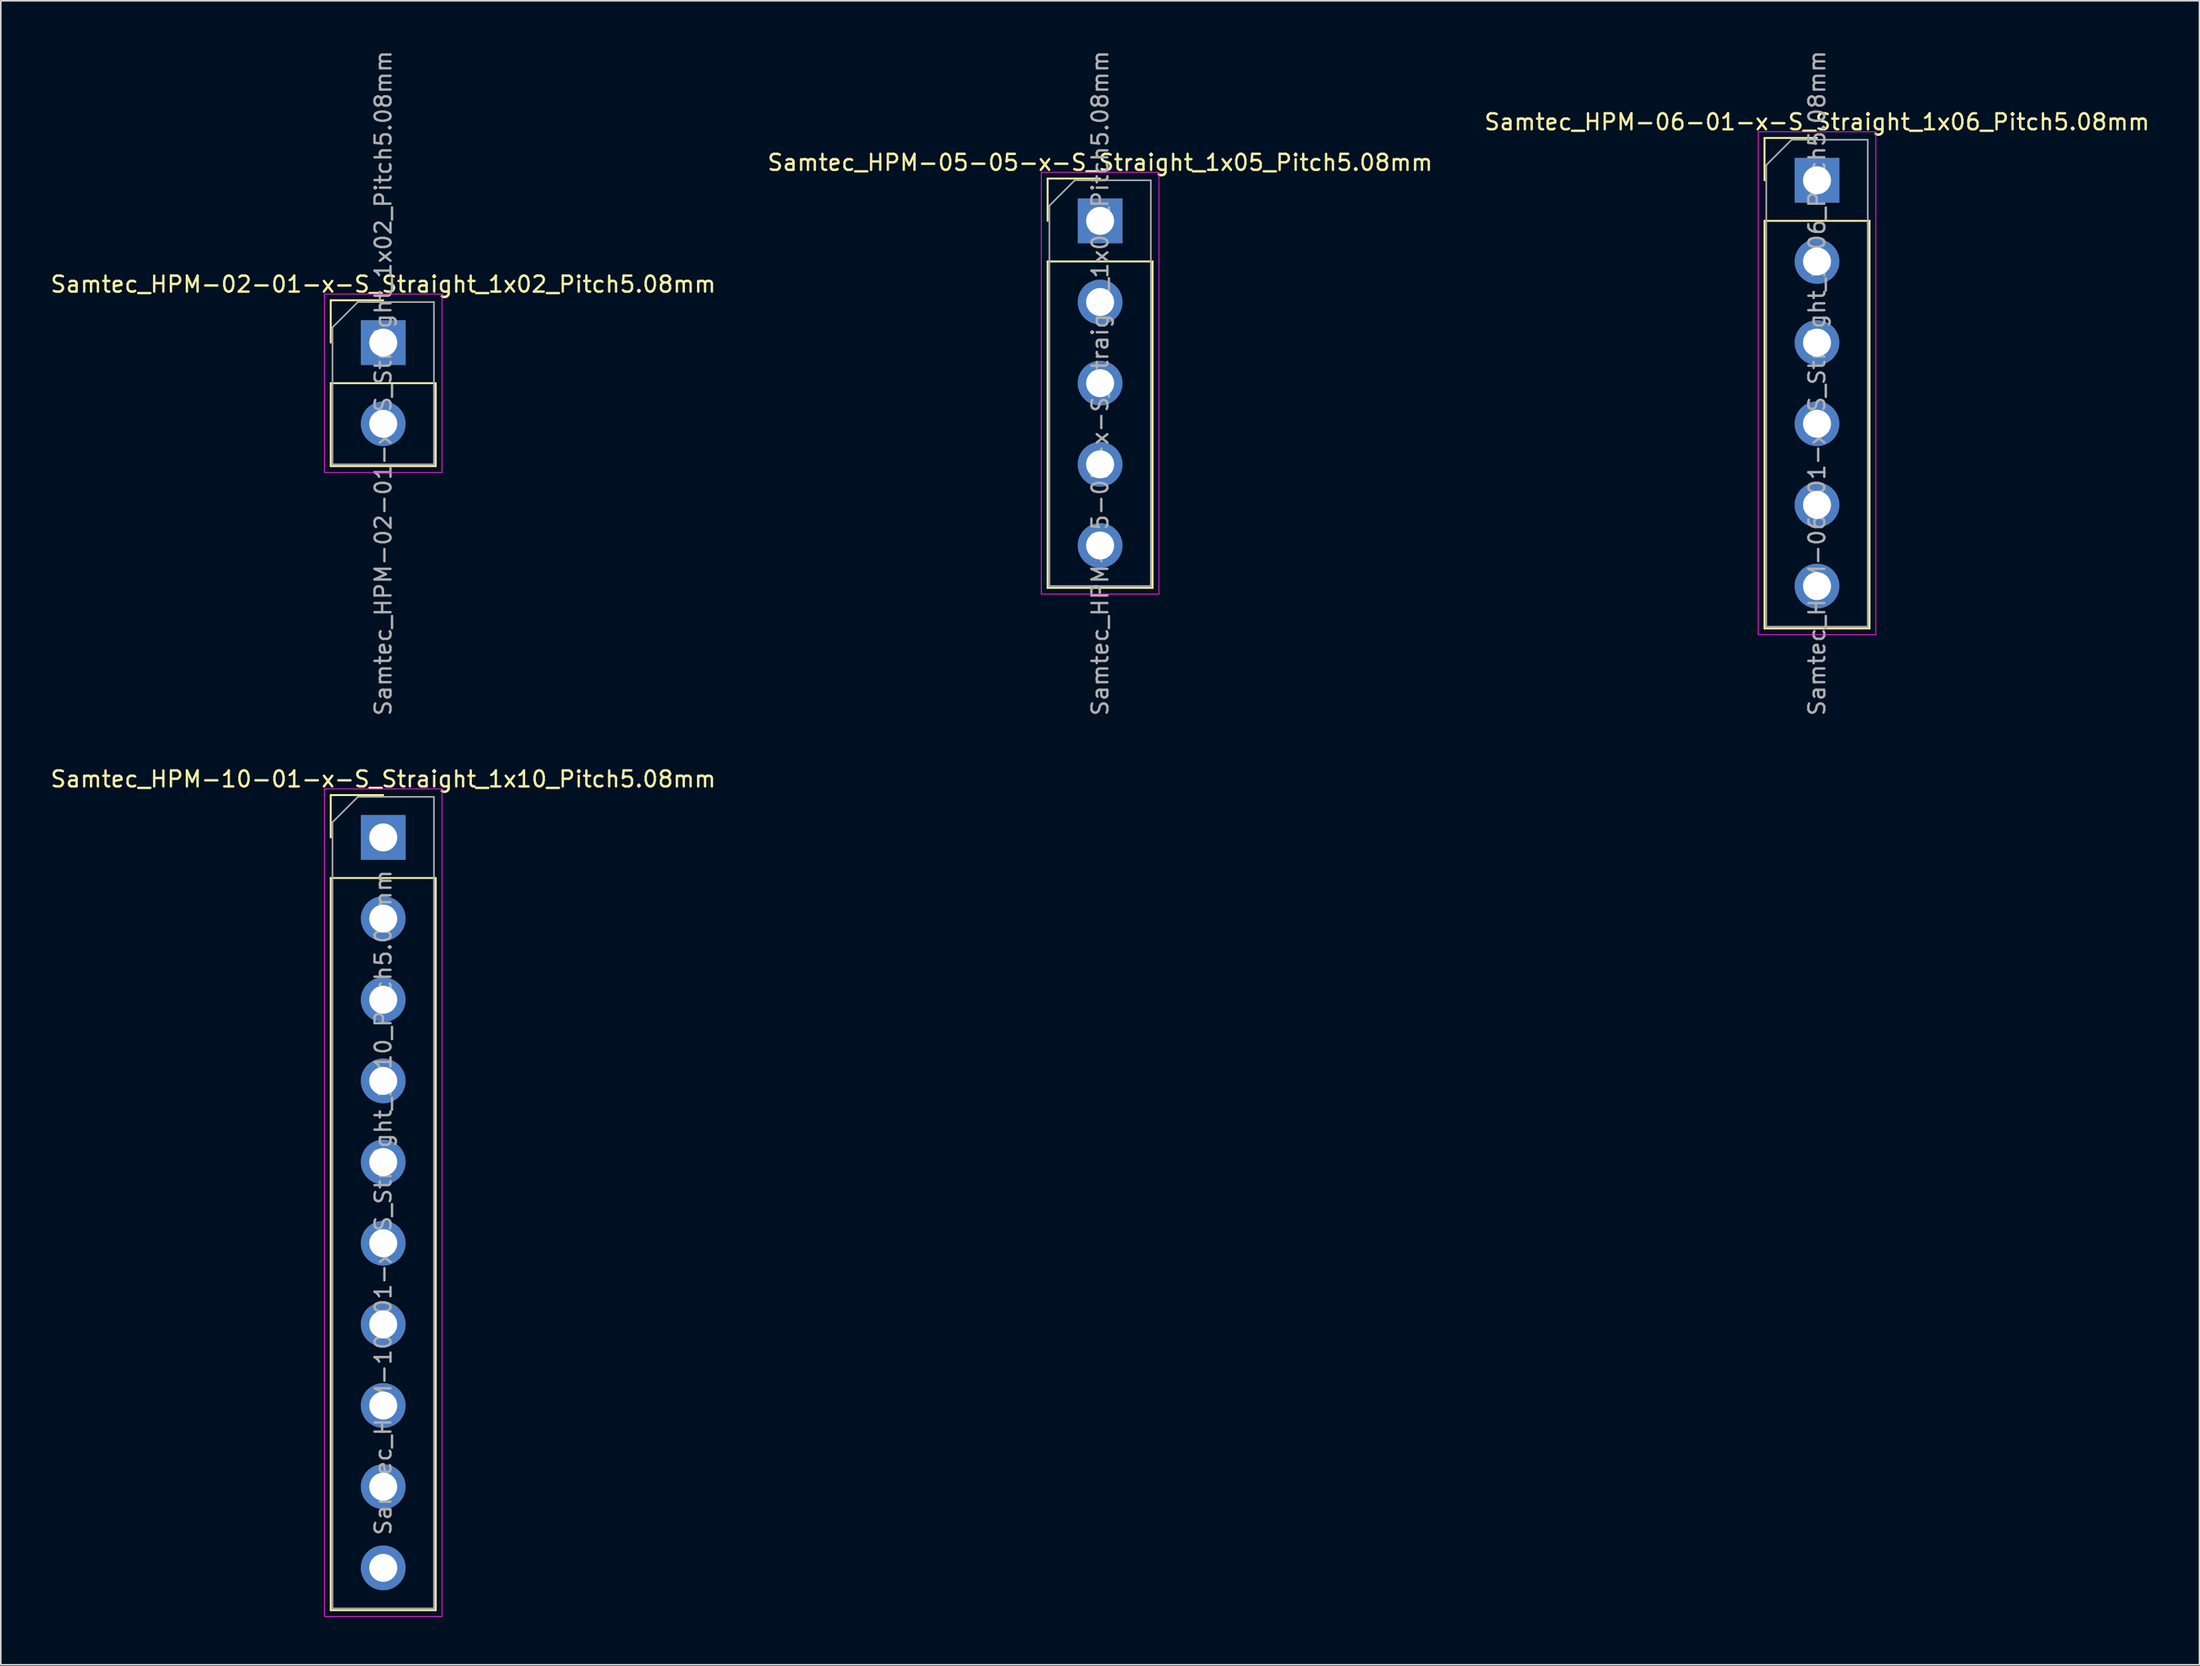
<source format=kicad_pcb>
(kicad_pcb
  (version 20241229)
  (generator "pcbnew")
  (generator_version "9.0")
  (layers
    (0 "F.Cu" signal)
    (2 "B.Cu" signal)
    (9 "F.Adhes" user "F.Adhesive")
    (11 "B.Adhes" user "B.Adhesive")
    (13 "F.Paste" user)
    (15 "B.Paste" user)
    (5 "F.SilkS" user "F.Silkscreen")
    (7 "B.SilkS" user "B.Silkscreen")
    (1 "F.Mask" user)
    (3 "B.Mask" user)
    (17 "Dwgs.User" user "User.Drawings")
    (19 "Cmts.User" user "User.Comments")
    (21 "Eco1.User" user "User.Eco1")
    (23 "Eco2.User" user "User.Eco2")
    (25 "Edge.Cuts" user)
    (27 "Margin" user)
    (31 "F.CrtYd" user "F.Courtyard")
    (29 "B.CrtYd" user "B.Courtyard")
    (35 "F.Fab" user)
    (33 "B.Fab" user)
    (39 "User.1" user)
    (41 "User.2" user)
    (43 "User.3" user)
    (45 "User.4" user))
  (footprint "Samtec_HPM-06-01-x-S_Straight_1x06_Pitch5.08mm"
    (layer "F.Cu")
    (at 110.673 8.235)
    (property "Reference" "Samtec_HPM-06-01-x-S_Straight_1x06_Pitch5.08mm" (at 0 -3.65 0) (layer "F.SilkS") (effects (font (size 1 1) (thickness 0.15))))
    (attr through_hole)
    (fp_line (start -3.285 -2.65) (end 0 -2.65) (stroke (width 0.12) (type solid)) (layer "F.SilkS"))
    (fp_line (start -3.285 0) (end -3.285 -2.65) (stroke (width 0.12) (type solid)) (layer "F.SilkS"))
    (fp_line (start -3.285 2.54) (end -3.285 28.05) (stroke (width 0.12) (type solid)) (layer "F.SilkS"))
    (fp_line (start -3.285 2.54) (end 3.285 2.54) (stroke (width 0.12) (type solid)) (layer "F.SilkS"))
    (fp_line (start -3.285 28.05) (end 3.285 28.05) (stroke (width 0.12) (type solid)) (layer "F.SilkS"))
    (fp_line (start 3.285 2.54) (end 3.285 28.05) (stroke (width 0.12) (type solid)) (layer "F.SilkS"))
    (fp_line (start -3.68 -3.04) (end -3.68 28.44) (stroke (width 0.05) (type solid)) (layer "F.CrtYd"))
    (fp_line (start -3.68 28.44) (end 3.68 28.44) (stroke (width 0.05) (type solid)) (layer "F.CrtYd"))
    (fp_line (start 3.68 -3.04) (end -3.68 -3.04) (stroke (width 0.05) (type solid)) (layer "F.CrtYd"))
    (fp_line (start 3.68 28.44) (end 3.68 -3.04) (stroke (width 0.05) (type solid)) (layer "F.CrtYd"))
    (fp_line (start -3.175 -0.953) (end -1.587 -2.54) (stroke (width 0.1) (type solid)) (layer "F.Fab"))
    (fp_line (start -3.175 27.94) (end -3.175 -0.953) (stroke (width 0.1) (type solid)) (layer "F.Fab"))
    (fp_line (start -1.587 -2.54) (end 3.175 -2.54) (stroke (width 0.1) (type solid)) (layer "F.Fab"))
    (fp_line (start 3.175 -2.54) (end 3.175 27.94) (stroke (width 0.1) (type solid)) (layer "F.Fab"))
    (fp_line (start 3.175 27.94) (end -3.175 27.94) (stroke (width 0.1) (type solid)) (layer "F.Fab"))
    (fp_text user "${REFERENCE}" (at 0 12.7 90) (layer "F.Fab") (effects (font (size 1 1) (thickness 0.15))))
    (pad "1" thru_hole rect (at 0 0) (size 2.8 2.8) (drill 1.75) (layers "*.Cu" "*.Mask"))
    (pad "2" thru_hole circle (at 0 5.08) (size 2.8 2.8) (drill 1.75) (layers "*.Cu" "*.Mask"))
    (pad "3" thru_hole circle (at 0 10.16) (size 2.8 2.8) (drill 1.75) (layers "*.Cu" "*.Mask"))
    (pad "4" thru_hole circle (at 0 15.24) (size 2.8 2.8) (drill 1.75) (layers "*.Cu" "*.Mask"))
    (pad "5" thru_hole circle (at 0 20.32) (size 2.8 2.8) (drill 1.75) (layers "*.Cu" "*.Mask"))
    (pad "6" thru_hole circle (at 0 25.4) (size 2.8 2.8) (drill 1.75) (layers "*.Cu" "*.Mask")))
  (footprint "Samtec_HPM-10-01-x-S_Straight_1x10_Pitch5.08mm"
    (layer "F.Cu")
    (at 20.935 49.367)
    (property "Reference" "Samtec_HPM-10-01-x-S_Straight_1x10_Pitch5.08mm" (at 0 -3.65 0) (layer "F.SilkS") (effects (font (size 1 1) (thickness 0.15))))
    (attr through_hole)
    (fp_line (start -3.285 -2.65) (end 0 -2.65) (stroke (width 0.12) (type solid)) (layer "F.SilkS"))
    (fp_line (start -3.285 0) (end -3.285 -2.65) (stroke (width 0.12) (type solid)) (layer "F.SilkS"))
    (fp_line (start -3.285 2.54) (end -3.285 48.37) (stroke (width 0.12) (type solid)) (layer "F.SilkS"))
    (fp_line (start -3.285 2.54) (end 3.285 2.54) (stroke (width 0.12) (type solid)) (layer "F.SilkS"))
    (fp_line (start -3.285 48.37) (end 3.285 48.37) (stroke (width 0.12) (type solid)) (layer "F.SilkS"))
    (fp_line (start 3.285 2.54) (end 3.285 48.37) (stroke (width 0.12) (type solid)) (layer "F.SilkS"))
    (fp_line (start -3.68 -3.04) (end -3.68 48.76) (stroke (width 0.05) (type solid)) (layer "F.CrtYd"))
    (fp_line (start -3.68 48.76) (end 3.68 48.76) (stroke (width 0.05) (type solid)) (layer "F.CrtYd"))
    (fp_line (start 3.68 -3.04) (end -3.68 -3.04) (stroke (width 0.05) (type solid)) (layer "F.CrtYd"))
    (fp_line (start 3.68 48.76) (end 3.68 -3.04) (stroke (width 0.05) (type solid)) (layer "F.CrtYd"))
    (fp_line (start -3.175 -0.953) (end -1.587 -2.54) (stroke (width 0.1) (type solid)) (layer "F.Fab"))
    (fp_line (start -3.175 48.26) (end -3.175 -0.953) (stroke (width 0.1) (type solid)) (layer "F.Fab"))
    (fp_line (start -1.587 -2.54) (end 3.175 -2.54) (stroke (width 0.1) (type solid)) (layer "F.Fab"))
    (fp_line (start 3.175 -2.54) (end 3.175 48.26) (stroke (width 0.1) (type solid)) (layer "F.Fab"))
    (fp_line (start 3.175 48.26) (end -3.175 48.26) (stroke (width 0.1) (type solid)) (layer "F.Fab"))
    (fp_text user "${REFERENCE}" (at 0 22.86 90) (layer "F.Fab") (effects (font (size 1 1) (thickness 0.15))))
    (pad "1" thru_hole rect (at 0 0) (size 2.8 2.8) (drill 1.75) (layers "*.Cu" "*.Mask"))
    (pad "2" thru_hole circle (at 0 5.08) (size 2.8 2.8) (drill 1.75) (layers "*.Cu" "*.Mask"))
    (pad "3" thru_hole circle (at 0 10.16) (size 2.8 2.8) (drill 1.75) (layers "*.Cu" "*.Mask"))
    (pad "4" thru_hole circle (at 0 15.24) (size 2.8 2.8) (drill 1.75) (layers "*.Cu" "*.Mask"))
    (pad "5" thru_hole circle (at 0 20.32) (size 2.8 2.8) (drill 1.75) (layers "*.Cu" "*.Mask"))
    (pad "6" thru_hole circle (at 0 25.4) (size 2.8 2.8) (drill 1.75) (layers "*.Cu" "*.Mask"))
    (pad "7" thru_hole circle (at 0 30.48) (size 2.8 2.8) (drill 1.75) (layers "*.Cu" "*.Mask"))
    (pad "8" thru_hole circle (at 0 35.56) (size 2.8 2.8) (drill 1.75) (layers "*.Cu" "*.Mask"))
    (pad "9" thru_hole circle (at 0 40.64) (size 2.8 2.8) (drill 1.75) (layers "*.Cu" "*.Mask"))
    (pad "10" thru_hole circle (at 0 45.72) (size 2.8 2.8) (drill 1.75) (layers "*.Cu" "*.Mask")))
  (footprint "Samtec_HPM-02-01-x-S_Straight_1x02_Pitch5.08mm"
    (layer "F.Cu")
    (at 20.935 18.395)
    (property "Reference" "Samtec_HPM-02-01-x-S_Straight_1x02_Pitch5.08mm" (at 0 -3.65 0) (layer "F.SilkS") (effects (font (size 1 1) (thickness 0.15))))
    (attr through_hole)
    (fp_line (start -3.285 -2.65) (end 0 -2.65) (stroke (width 0.12) (type solid)) (layer "F.SilkS"))
    (fp_line (start -3.285 0) (end -3.285 -2.65) (stroke (width 0.12) (type solid)) (layer "F.SilkS"))
    (fp_line (start -3.285 2.54) (end -3.285 7.73) (stroke (width 0.12) (type solid)) (layer "F.SilkS"))
    (fp_line (start -3.285 2.54) (end 3.285 2.54) (stroke (width 0.12) (type solid)) (layer "F.SilkS"))
    (fp_line (start -3.285 7.73) (end 3.285 7.73) (stroke (width 0.12) (type solid)) (layer "F.SilkS"))
    (fp_line (start 3.285 2.54) (end 3.285 7.73) (stroke (width 0.12) (type solid)) (layer "F.SilkS"))
    (fp_line (start -3.68 -3.04) (end -3.68 8.13) (stroke (width 0.05) (type solid)) (layer "F.CrtYd"))
    (fp_line (start -3.68 8.13) (end 3.68 8.13) (stroke (width 0.05) (type solid)) (layer "F.CrtYd"))
    (fp_line (start 3.68 -3.04) (end -3.68 -3.04) (stroke (width 0.05) (type solid)) (layer "F.CrtYd"))
    (fp_line (start 3.68 8.13) (end 3.68 -3.04) (stroke (width 0.05) (type solid)) (layer "F.CrtYd"))
    (fp_line (start -3.175 -0.953) (end -1.587 -2.54) (stroke (width 0.1) (type solid)) (layer "F.Fab"))
    (fp_line (start -3.175 7.62) (end -3.175 -0.953) (stroke (width 0.1) (type solid)) (layer "F.Fab"))
    (fp_line (start -1.587 -2.54) (end 3.175 -2.54) (stroke (width 0.1) (type solid)) (layer "F.Fab"))
    (fp_line (start 3.175 -2.54) (end 3.175 7.62) (stroke (width 0.1) (type solid)) (layer "F.Fab"))
    (fp_line (start 3.175 7.62) (end -3.175 7.62) (stroke (width 0.1) (type solid)) (layer "F.Fab"))
    (fp_text user "${REFERENCE}" (at 0 2.54 90) (layer "F.Fab") (effects (font (size 1 1) (thickness 0.15))))
    (pad "1" thru_hole rect (at 0 0) (size 2.8 2.8) (drill 1.75) (layers "*.Cu" "*.Mask"))
    (pad "2" thru_hole circle (at 0 5.08) (size 2.8 2.8) (drill 1.75) (layers "*.Cu" "*.Mask")))
  (footprint "Samtec_HPM-05-05-x-S_Straight_1x05_Pitch5.08mm"
    (layer "F.Cu")
    (at 65.804 10.775)
    (property "Reference" "Samtec_HPM-05-05-x-S_Straight_1x05_Pitch5.08mm" (at 0 -3.65 0) (layer "F.SilkS") (effects (font (size 1 1) (thickness 0.15))))
    (attr through_hole)
    (fp_line (start -3.285 -2.65) (end 0 -2.65) (stroke (width 0.12) (type solid)) (layer "F.SilkS"))
    (fp_line (start -3.285 0) (end -3.285 -2.65) (stroke (width 0.12) (type solid)) (layer "F.SilkS"))
    (fp_line (start -3.285 2.54) (end -3.285 22.97) (stroke (width 0.12) (type solid)) (layer "F.SilkS"))
    (fp_line (start -3.285 2.54) (end 3.285 2.54) (stroke (width 0.12) (type solid)) (layer "F.SilkS"))
    (fp_line (start -3.285 22.97) (end 3.285 22.97) (stroke (width 0.12) (type solid)) (layer "F.SilkS"))
    (fp_line (start 3.285 2.54) (end 3.285 22.97) (stroke (width 0.12) (type solid)) (layer "F.SilkS"))
    (fp_line (start -3.68 -3.04) (end -3.68 23.36) (stroke (width 0.05) (type solid)) (layer "F.CrtYd"))
    (fp_line (start -3.68 23.36) (end 3.68 23.36) (stroke (width 0.05) (type solid)) (layer "F.CrtYd"))
    (fp_line (start 3.68 -3.04) (end -3.68 -3.04) (stroke (width 0.05) (type solid)) (layer "F.CrtYd"))
    (fp_line (start 3.68 23.36) (end 3.68 -3.04) (stroke (width 0.05) (type solid)) (layer "F.CrtYd"))
    (fp_line (start -3.175 -0.953) (end -1.587 -2.54) (stroke (width 0.1) (type solid)) (layer "F.Fab"))
    (fp_line (start -3.175 22.86) (end -3.175 -0.953) (stroke (width 0.1) (type solid)) (layer "F.Fab"))
    (fp_line (start -1.587 -2.54) (end 3.175 -2.54) (stroke (width 0.1) (type solid)) (layer "F.Fab"))
    (fp_line (start 3.175 -2.54) (end 3.175 22.86) (stroke (width 0.1) (type solid)) (layer "F.Fab"))
    (fp_line (start 3.175 22.86) (end -3.175 22.86) (stroke (width 0.1) (type solid)) (layer "F.Fab"))
    (fp_text user "${REFERENCE}" (at 0 10.16 90) (layer "F.Fab") (effects (font (size 1 1) (thickness 0.15))))
    (pad "1" thru_hole rect (at 0 0) (size 2.8 2.8) (drill 1.75) (layers "*.Cu" "*.Mask"))
    (pad "2" thru_hole circle (at 0 5.08) (size 2.8 2.8) (drill 1.75) (layers "*.Cu" "*.Mask"))
    (pad "3" thru_hole circle (at 0 10.16) (size 2.8 2.8) (drill 1.75) (layers "*.Cu" "*.Mask"))
    (pad "4" thru_hole circle (at 0 15.24) (size 2.8 2.8) (drill 1.75) (layers "*.Cu" "*.Mask"))
    (pad "5" thru_hole circle (at 0 20.32) (size 2.8 2.8) (drill 1.75) (layers "*.Cu" "*.Mask")))
  (gr_rect
    (start -3 -3)
    (end 134.607 101.152)
    (stroke (width 0.1) (type default))
    (fill no)
    (layer "Edge.Cuts")))
</source>
